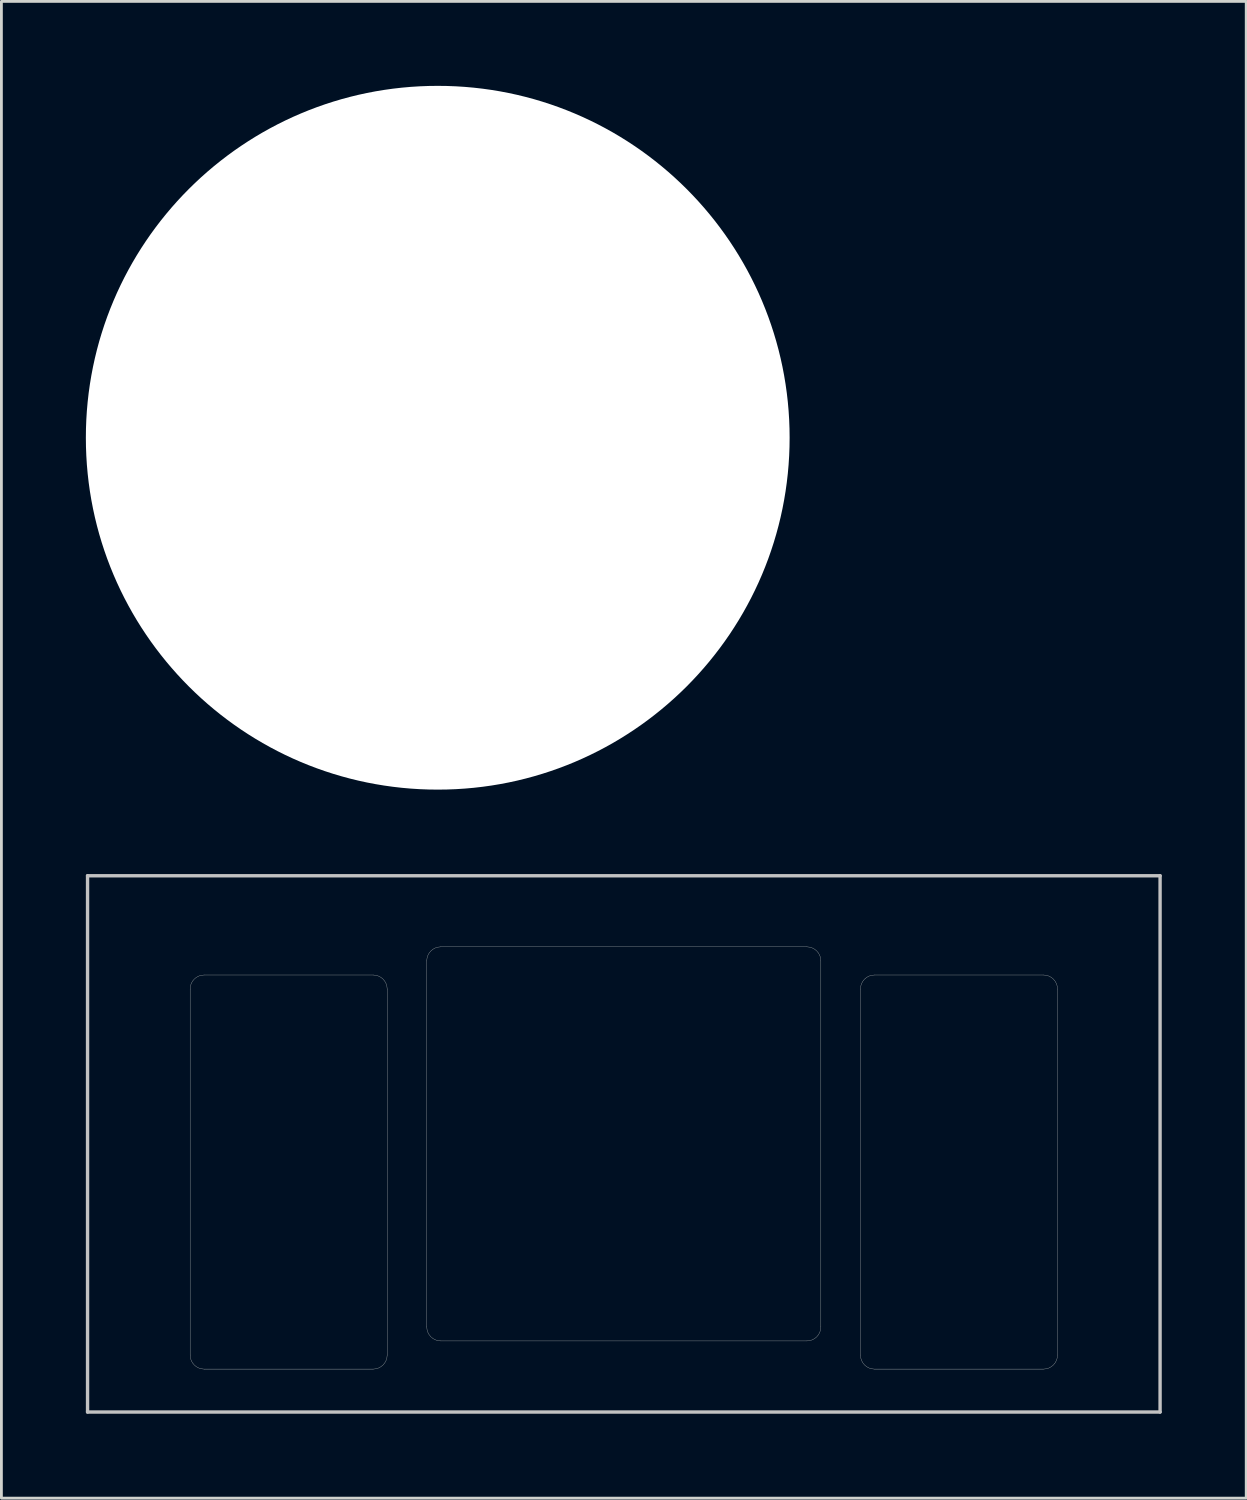
<source format=kicad_pcb>
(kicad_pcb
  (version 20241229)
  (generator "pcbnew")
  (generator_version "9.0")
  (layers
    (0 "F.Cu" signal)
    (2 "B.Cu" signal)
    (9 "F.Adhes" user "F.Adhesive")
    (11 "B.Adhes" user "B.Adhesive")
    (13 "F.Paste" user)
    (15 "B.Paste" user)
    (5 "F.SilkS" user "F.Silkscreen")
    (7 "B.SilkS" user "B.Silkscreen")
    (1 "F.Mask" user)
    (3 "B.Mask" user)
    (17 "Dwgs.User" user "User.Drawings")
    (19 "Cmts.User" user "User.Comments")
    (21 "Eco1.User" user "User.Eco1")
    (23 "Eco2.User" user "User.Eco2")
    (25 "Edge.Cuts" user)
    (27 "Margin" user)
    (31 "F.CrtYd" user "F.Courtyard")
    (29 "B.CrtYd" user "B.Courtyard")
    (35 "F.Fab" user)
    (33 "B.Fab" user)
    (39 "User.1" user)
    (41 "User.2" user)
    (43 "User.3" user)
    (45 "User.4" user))
  (footprint "Hole_25mm"
    (layer "F.Cu")
    (at 12.5 12.5)
    (property "Reference" "Hole_25mm" (at -0.02 -0.76 0) (layer "F.SilkS") (effects (font (size 1 1) (thickness 0.15))))
    (attr exclude_from_pos_files exclude_from_bom)
    (pad "" np_thru_hole circle (at 0 0) (size 25 25) (drill 25) (layers "*.Cu" "*.Mask")))
  (footprint "MX200_Modifed"
    (layer "F.Cu")
    (at 19.11 37.585)
    (property "Reference" "MX200_Modifed" (at 0 2.381 0) (layer "Eco1.User") (effects (font (size 1 1) (thickness 0.15))))
    (attr through_hole)
    (fp_line (start -19.05 -9.525) (end 19.05 -9.525) (stroke (width 0.12) (type solid)) (layer "Dwgs.User"))
    (fp_line (start -19.05 9.525) (end -19.05 -9.525) (stroke (width 0.12) (type solid)) (layer "Dwgs.User"))
    (fp_line (start 19.05 -9.525) (end 19.05 9.525) (stroke (width 0.12) (type solid)) (layer "Dwgs.User"))
    (fp_line (start 19.05 9.525) (end -19.05 9.525) (stroke (width 0.12) (type solid)) (layer "Dwgs.User"))
    (fp_line (start 0 0) (end -0.5 0) (stroke (width 0.12) (type solid)) (layer "Eco1.User"))
    (fp_line (start 0 0) (end 0 -0.5) (stroke (width 0.12) (type solid)) (layer "Eco1.User"))
    (fp_line (start 0 0) (end 0 0.5) (stroke (width 0.12) (type solid)) (layer "Eco1.User"))
    (fp_line (start 0 0) (end 0.5 0) (stroke (width 0.12) (type solid)) (layer "Eco1.User"))
    (fp_line (start -15.406 -5.5) (end -15.406 7.5) (stroke (width 0.01) (type solid)) (layer "Edge.Cuts"))
    (fp_line (start -14.906 -6) (end -8.906 -6) (stroke (width 0.01) (type solid)) (layer "Edge.Cuts"))
    (fp_line (start -14.906 8) (end -8.906 8) (stroke (width 0.01) (type solid)) (layer "Edge.Cuts"))
    (fp_line (start -8.406 -5.5) (end -8.406 7.5) (stroke (width 0.01) (type solid)) (layer "Edge.Cuts"))
    (fp_line (start -7 6.5) (end -7 -6.5) (stroke (width 0.01) (type solid)) (layer "Edge.Cuts"))
    (fp_line (start -6.5 -7) (end 6.5 -7) (stroke (width 0.01) (type solid)) (layer "Edge.Cuts"))
    (fp_line (start 6.5 7) (end -6.5 7) (stroke (width 0.01) (type solid)) (layer "Edge.Cuts"))
    (fp_line (start 7 -6.5) (end 7 6.5) (stroke (width 0.01) (type solid)) (layer "Edge.Cuts"))
    (fp_line (start 8.406 -5.5) (end 8.406 7.5) (stroke (width 0.01) (type solid)) (layer "Edge.Cuts"))
    (fp_line (start 8.906 -6) (end 14.906 -6) (stroke (width 0.01) (type solid)) (layer "Edge.Cuts"))
    (fp_line (start 8.906 8) (end 14.906 8) (stroke (width 0.01) (type solid)) (layer "Edge.Cuts"))
    (fp_line (start 15.406 -5.5) (end 15.406 7.5) (stroke (width 0.01) (type solid)) (layer "Edge.Cuts"))
    (fp_arc (start -15.40625 -5.5) (mid -15.259803 -5.853553) (end -14.90625 -6) (stroke (width 0.010007) (type solid)) (layer "Edge.Cuts"))
    (fp_arc (start -14.90625 8.000008) (mid -15.259803 7.853561) (end -15.40625 7.500008) (stroke (width 0.010007) (type solid)) (layer "Edge.Cuts"))
    (fp_arc (start -8.90625 -6) (mid -8.552697 -5.853553) (end -8.40625 -5.5) (stroke (width 0.010007) (type solid)) (layer "Edge.Cuts"))
    (fp_arc (start -8.40625 7.500008) (mid -8.552697 7.853561) (end -8.90625 8.000008) (stroke (width 0.010007) (type solid)) (layer "Edge.Cuts"))
    (fp_arc (start -7 -6.5) (mid -6.853553 -6.853553) (end -6.5 -7) (stroke (width 0.010007) (type solid)) (layer "Edge.Cuts"))
    (fp_arc (start -6.5 7) (mid -6.853553 6.853553) (end -7 6.5) (stroke (width 0.010007) (type solid)) (layer "Edge.Cuts"))
    (fp_arc (start 6.5 -7) (mid 6.853553 -6.853553) (end 7 -6.5) (stroke (width 0.010007) (type solid)) (layer "Edge.Cuts"))
    (fp_arc (start 6.999672 6.500007) (mid 6.853225 6.85356) (end 6.499672 7.000007) (stroke (width 0.010007) (type solid)) (layer "Edge.Cuts"))
    (fp_arc (start 8.40625 -5.5) (mid 8.552697 -5.853553) (end 8.90625 -6) (stroke (width 0.010007) (type solid)) (layer "Edge.Cuts"))
    (fp_arc (start 8.90625 8.000008) (mid 8.552697 7.853561) (end 8.40625 7.500008) (stroke (width 0.010007) (type solid)) (layer "Edge.Cuts"))
    (fp_arc (start 14.90625 -6) (mid 15.259803 -5.853553) (end 15.40625 -5.5) (stroke (width 0.010007) (type solid)) (layer "Edge.Cuts"))
    (fp_arc (start 15.40625 7.500008) (mid 15.259803 7.853561) (end 14.90625 8.000008) (stroke (width 0.010007) (type solid)) (layer "Edge.Cuts")))
  (gr_rect
    (start -3 -3)
    (end 41.22 50.17)
    (stroke (width 0.1) (type default))
    (fill no)
    (layer "Edge.Cuts")))
</source>
